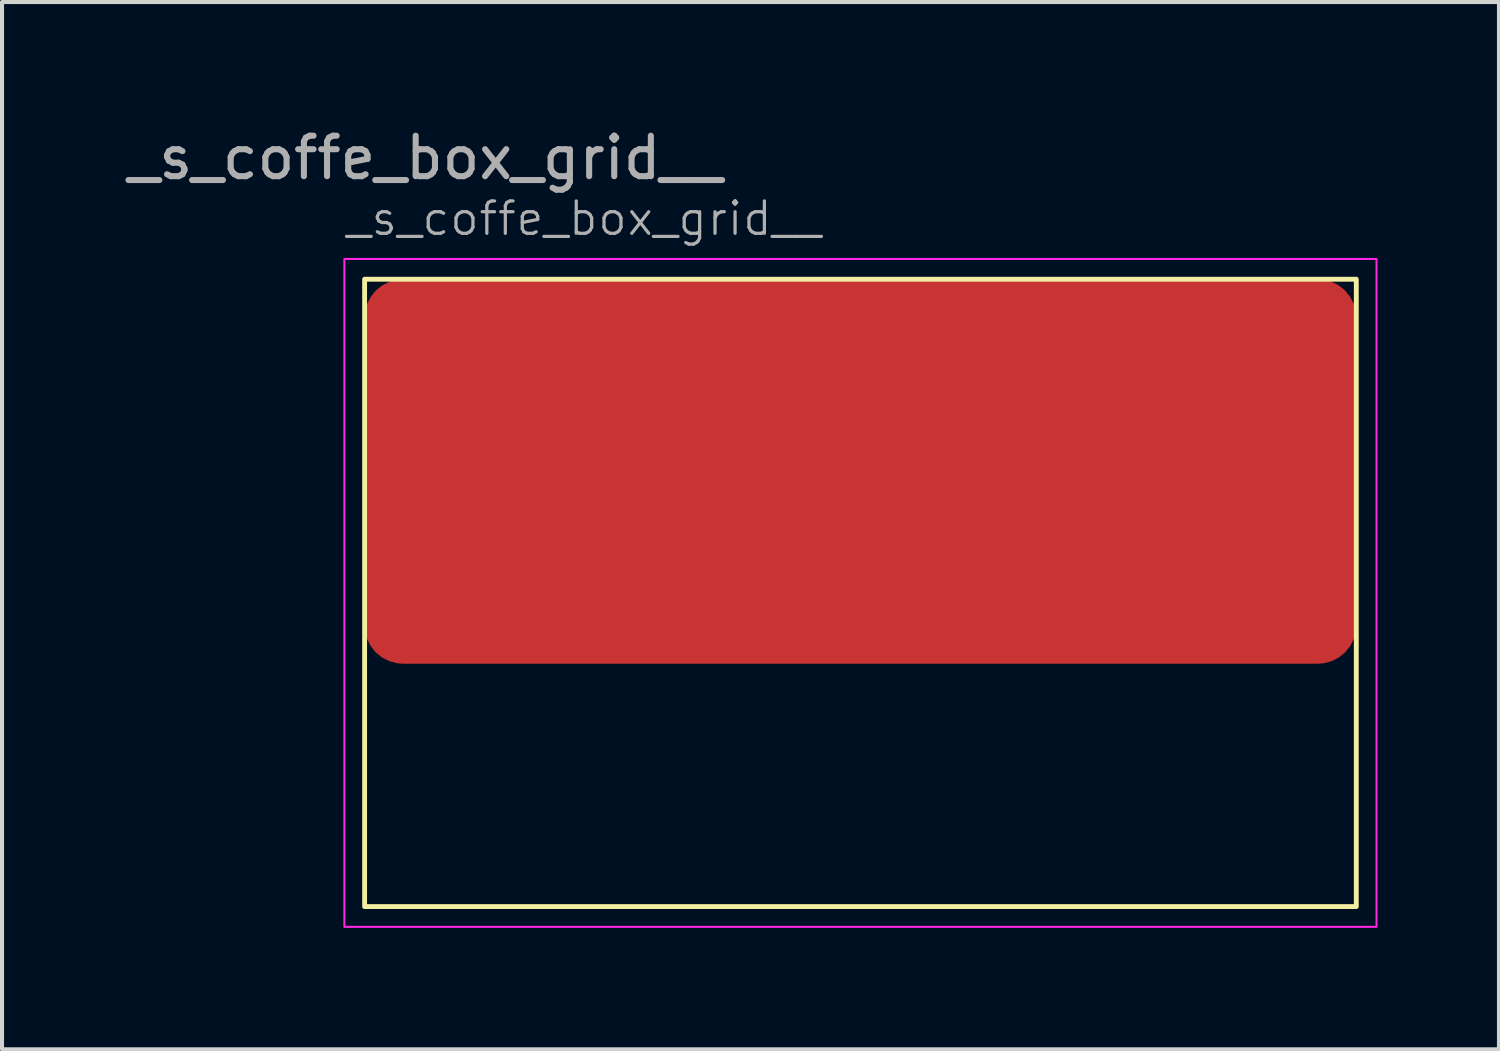
<source format=kicad_pcb>
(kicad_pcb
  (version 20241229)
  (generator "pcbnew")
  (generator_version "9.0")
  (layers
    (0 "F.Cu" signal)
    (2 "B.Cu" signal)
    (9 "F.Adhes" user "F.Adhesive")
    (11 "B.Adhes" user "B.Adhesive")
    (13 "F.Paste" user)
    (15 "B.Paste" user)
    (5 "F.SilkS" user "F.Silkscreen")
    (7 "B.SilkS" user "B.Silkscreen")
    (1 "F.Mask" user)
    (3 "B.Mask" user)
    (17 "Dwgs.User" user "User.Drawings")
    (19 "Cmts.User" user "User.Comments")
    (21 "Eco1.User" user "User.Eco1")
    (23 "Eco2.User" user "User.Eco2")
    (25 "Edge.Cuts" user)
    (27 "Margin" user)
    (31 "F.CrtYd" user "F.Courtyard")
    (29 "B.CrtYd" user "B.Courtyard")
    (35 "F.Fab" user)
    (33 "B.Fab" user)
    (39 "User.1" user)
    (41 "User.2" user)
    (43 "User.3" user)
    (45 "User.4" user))
  (footprint "_s_coffe_box_grid__"
    (layer "F.Cu")
    (at 5.958 3.848)
    (property "Reference" "_s_coffe_box_grid__" (at -0.5 -1.5 0) (unlocked yes) (layer "F.Fab") (effects (font (size 0.8 0.8) (thickness 0.08)) (justify left)))
    (attr smd)
    (fp_rect (start 0 0) (end 24.5 15.5) (stroke (width 0.12) (type solid)) (fill no) (layer "F.SilkS"))
    (fp_rect (start -0.5 -0.5) (end 25 16) (stroke (width 0.05) (type solid)) (fill no) (layer "F.CrtYd"))
    (fp_text user "${REFERENCE}" (at 1.5 -3 0) (unlocked yes) (layer "F.Fab") (effects (font (size 1 1) (thickness 0.15))))
    (pad "1" smd roundrect (at 12.25 4.75) (size 24.5 9.5) (layers "F.Cu" "F.Mask" "F.Paste") (roundrect_rratio 0.1)))
  (gr_rect
    (start -3 -3)
    (end 33.983 22.873)
    (stroke (width 0.1) (type default))
    (fill no)
    (layer "Edge.Cuts")))
</source>
